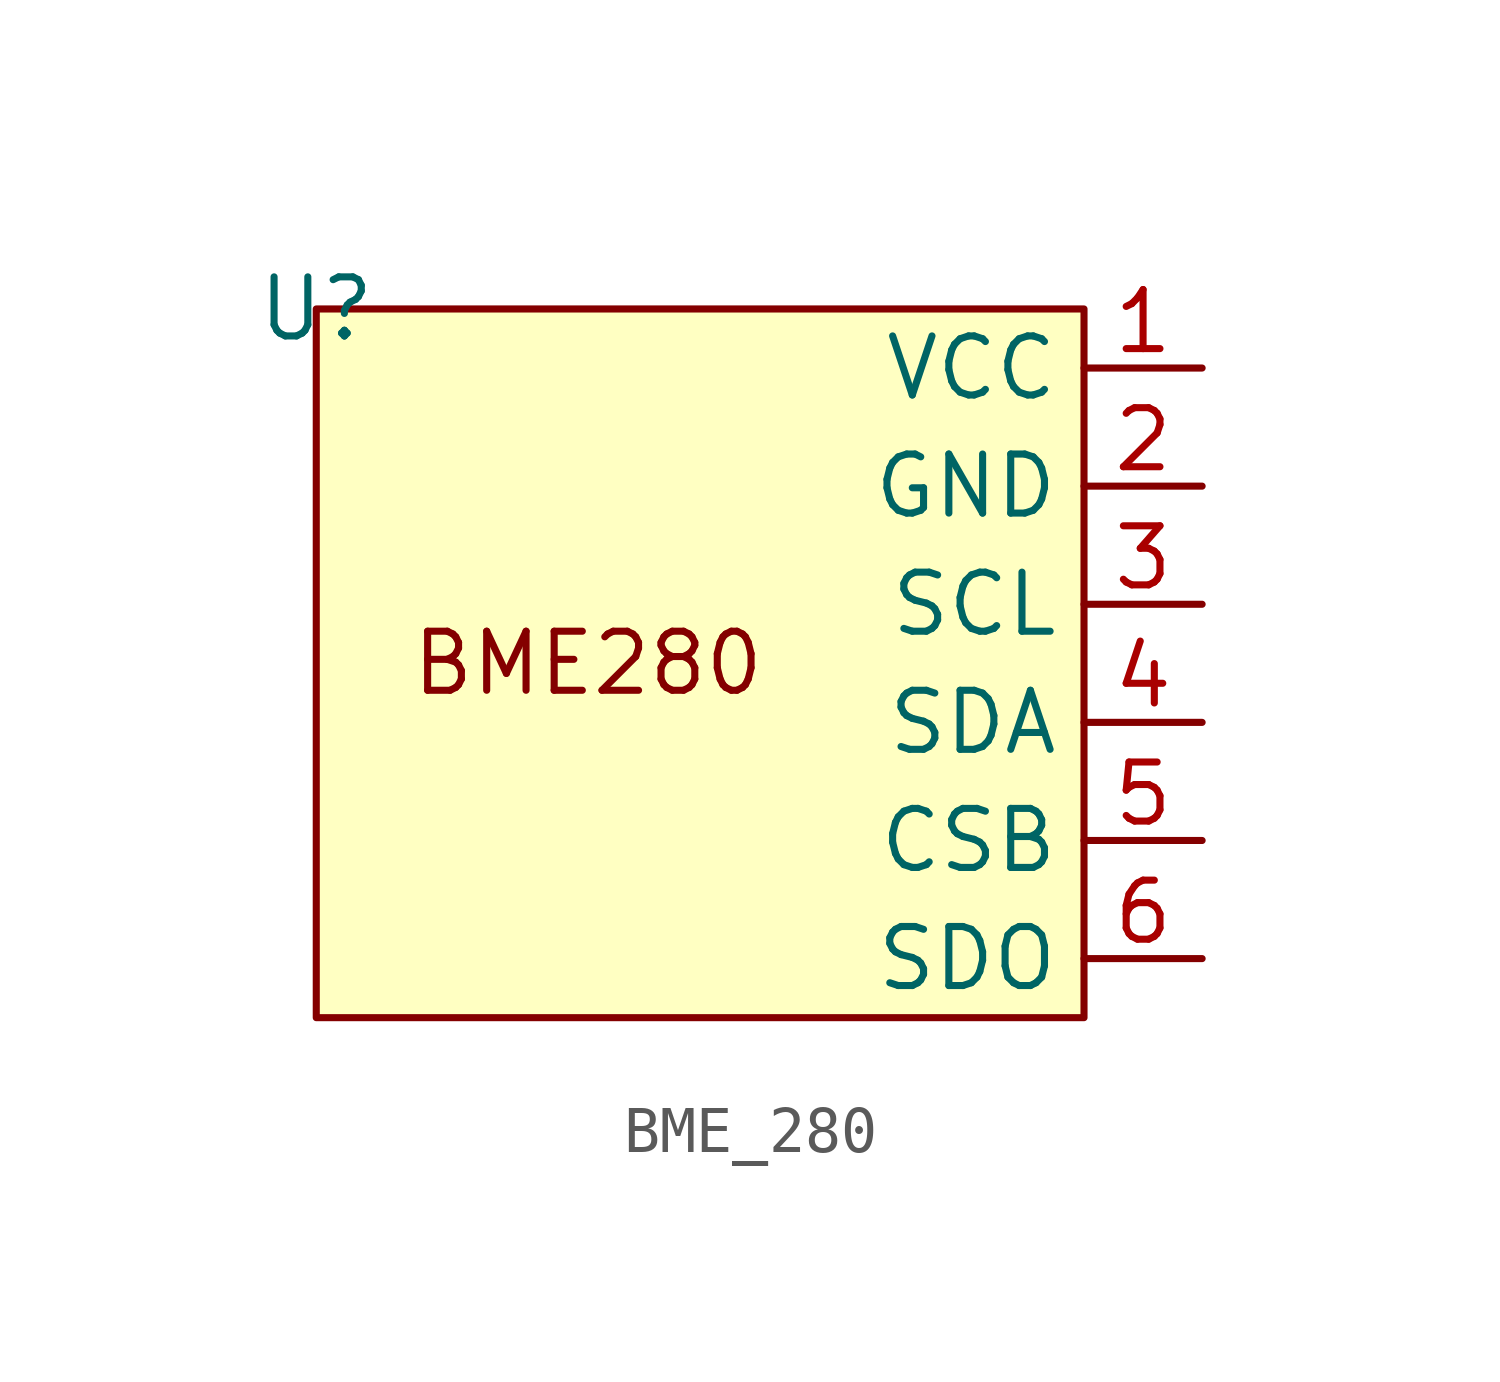
<source format=kicad_sym>
(kicad_symbol_lib
  (version 20241209)
  (generator "kicad_symbol_editor")
  (generator_version "9.0")
  (symbol "BME_280"
    (power)
    (property "Reference" "U"
      (at 0 0 0)
      (effects (font (size 1.27 1.27))))
    (property "Value" ""
      (at 0 0 0)
      (effects (font (size 1.27 1.27))))
    (symbol "BME_280_1_1"
      (rectangle (start 0 0) (end 16.51 -15.24) (stroke (width 0) (type solid)) (fill (type background)))
      (text "BME280" (at 5.842 -7.62 0) (effects (font (size 1.27 1.27))))
      (pin power_in line (at 19.05 -1.27 180) (length 2.54) (name "VCC" (effects (font (size 1.27 1.27)))) (number "1" (effects (font (size 1.27 1.27)))))
      (pin power_in line (at 19.05 -3.81 180) (length 2.54) (name "GND" (effects (font (size 1.27 1.27)))) (number "2" (effects (font (size 1.27 1.27)))))
      (pin bidirectional line (at 19.05 -6.35 180) (length 2.54) (name "SCL" (effects (font (size 1.27 1.27)))) (number "3" (effects (font (size 1.27 1.27)))))
      (pin bidirectional line (at 19.05 -8.89 180) (length 2.54) (name "SDA" (effects (font (size 1.27 1.27)))) (number "4" (effects (font (size 1.27 1.27)))))
      (pin input line (at 19.05 -11.43 180) (length 2.54) (name "CSB" (effects (font (size 1.27 1.27)))) (number "5" (effects (font (size 1.27 1.27)))))
      (pin bidirectional line (at 19.05 -13.97 180) (length 2.54) (name "SDO" (effects (font (size 1.27 1.27)))) (number "6" (effects (font (size 1.27 1.27))))))))
</source>
